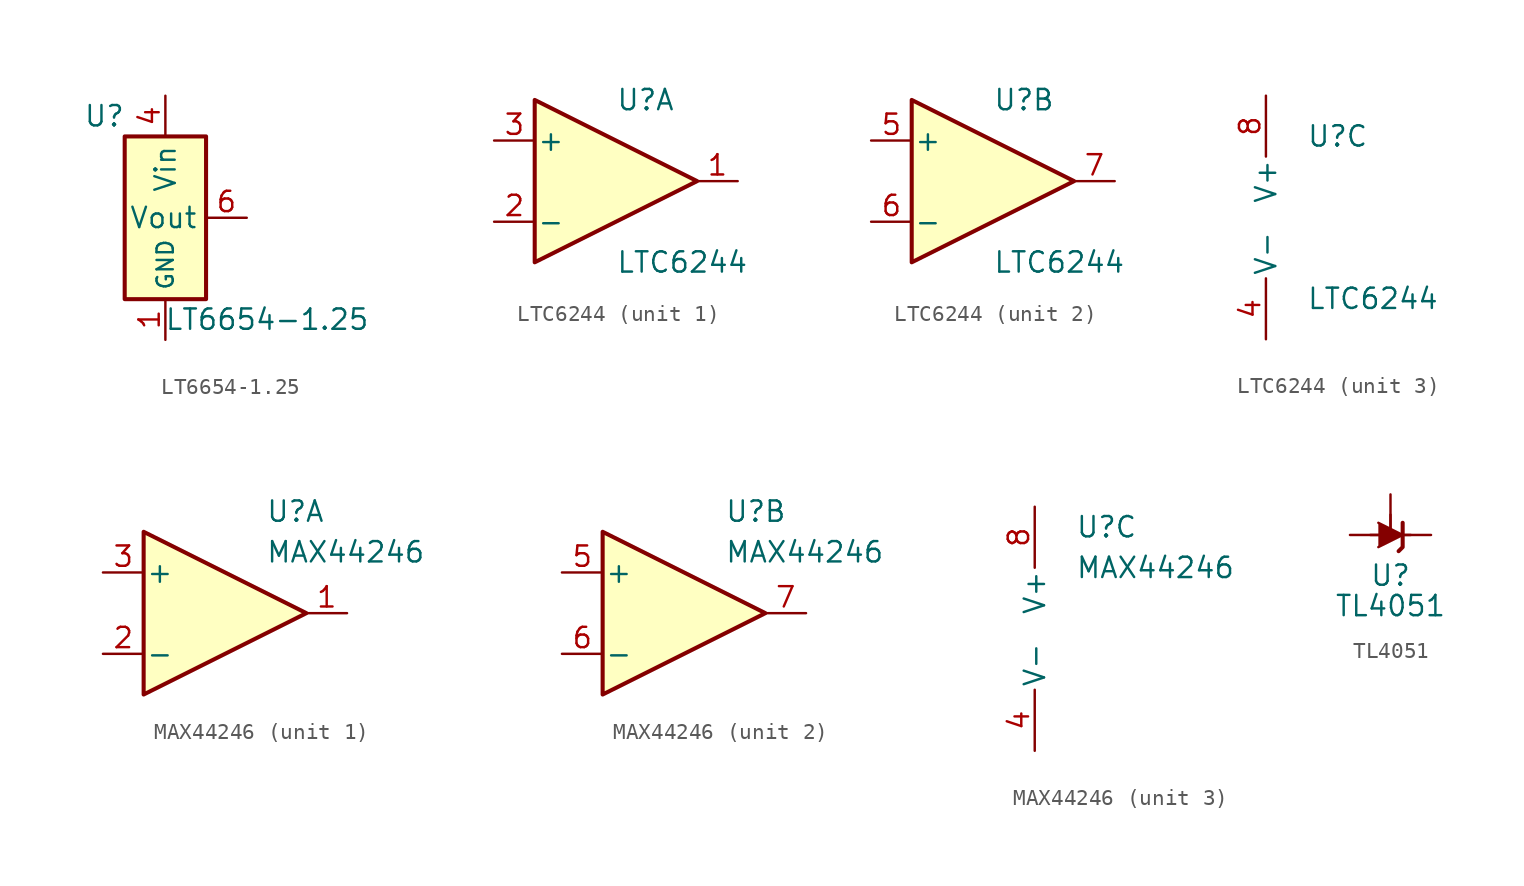
<source format=kicad_sym>
(kicad_symbol_lib
  (version 20220914)
  (generator kicad_symbol_editor)
  (symbol "LT6654-1.25"
    (property "Reference" "U"
      (at -3.81 6.35 0)
      (effects (font (size 1.27 1.27))))
    (property "Value" "LT6654-1.25"
      (at 6.35 -6.35 0)
      (effects (font (size 1.27 1.27))))
    (symbol "LT6654-1.25_0_1"
      (rectangle (start 2.54 5.08) (end -2.54 -5.08) (stroke (width 0.254) (type default)) (fill (type background))))
    (symbol "LT6654-1.25_1_1"
      (pin power_in line (at 0 -7.62 90) (length 2.54) (name "GND" (effects (font (size 1.016 1.016)))) (number "1" (effects (font (size 1.27 1.27)))))
      (pin passive line (at 0 -7.62 90) (length 2.54) hide (name "GND" (effects (font (size 1.016 1.016)))) (number "2" (effects (font (size 1.27 1.27)))))
      (pin power_in line (at 0 7.62 270) (length 2.54) (name "Vin" (effects (font (size 1.27 1.27)))) (number "4" (effects (font (size 1.27 1.27)))))
      (pin output line (at 5.08 0 180) (length 2.54) (name "Vout" (effects (font (size 1.27 1.27)))) (number "6" (effects (font (size 1.27 1.27)))))))
  (symbol "LTC6244"
    (pin_names
      (offset 0.127))
    (property "Reference" "U"
      (at 0 5.08 0)
      (effects (font (size 1.27 1.27)) (justify left)))
    (property "Value" "LTC6244"
      (at 0 -5.08 0)
      (effects (font (size 1.27 1.27)) (justify left)))
    (property "ki_locked" ""
      (at 0 0 0)
      (effects (font (size 1.27 1.27))))
    (symbol "LTC6244_1_1"
      (polyline (pts (xy -5.08 5.08) (xy 5.08 0) (xy -5.08 -5.08) (xy -5.08 5.08)) (stroke (width 0.254) (type default)) (fill (type background)))
      (pin output line (at 7.62 0 180) (length 2.54) (name "~" (effects (font (size 1.27 1.27)))) (number "1" (effects (font (size 1.27 1.27)))))
      (pin input line (at -7.62 -2.54 0) (length 2.54) (name "-" (effects (font (size 1.27 1.27)))) (number "2" (effects (font (size 1.27 1.27)))))
      (pin input line (at -7.62 2.54 0) (length 2.54) (name "+" (effects (font (size 1.27 1.27)))) (number "3" (effects (font (size 1.27 1.27))))))
    (symbol "LTC6244_2_1"
      (polyline (pts (xy -5.08 5.08) (xy 5.08 0) (xy -5.08 -5.08) (xy -5.08 5.08)) (stroke (width 0.254) (type default)) (fill (type background)))
      (pin input line (at -7.62 2.54 0) (length 2.54) (name "+" (effects (font (size 1.27 1.27)))) (number "5" (effects (font (size 1.27 1.27)))))
      (pin input line (at -7.62 -2.54 0) (length 2.54) (name "-" (effects (font (size 1.27 1.27)))) (number "6" (effects (font (size 1.27 1.27)))))
      (pin output line (at 7.62 0 180) (length 2.54) (name "~" (effects (font (size 1.27 1.27)))) (number "7" (effects (font (size 1.27 1.27))))))
    (symbol "LTC6244_3_1"
      (pin power_in line (at -2.54 -7.62 90) (length 3.81) (name "V-" (effects (font (size 1.27 1.27)))) (number "4" (effects (font (size 1.27 1.27)))))
      (pin power_in line (at -2.54 7.62 270) (length 3.81) (name "V+" (effects (font (size 1.27 1.27)))) (number "8" (effects (font (size 1.27 1.27)))))))
  (symbol "MAX44246"
    (pin_names
      (offset 0.127))
    (property "Reference" "U"
      (at 2.54 6.35 0)
      (effects (font (size 1.27 1.27)) (justify left)))
    (property "Value" "MAX44246"
      (at 2.54 3.81 0)
      (effects (font (size 1.27 1.27)) (justify left)))
    (property "ki_locked" ""
      (at 0 0 0)
      (effects (font (size 1.27 1.27))))
    (symbol "MAX44246_1_1"
      (polyline (pts (xy 5.08 0) (xy -5.08 5.08) (xy -5.08 -5.08) (xy 5.08 0)) (stroke (width 0.254) (type default)) (fill (type background)))
      (pin output line (at 7.62 0 180) (length 2.54) (name "~" (effects (font (size 1.27 1.27)))) (number "1" (effects (font (size 1.27 1.27)))))
      (pin input line (at -7.62 -2.54 0) (length 2.54) (name "-" (effects (font (size 1.27 1.27)))) (number "2" (effects (font (size 1.27 1.27)))))
      (pin input line (at -7.62 2.54 0) (length 2.54) (name "+" (effects (font (size 1.27 1.27)))) (number "3" (effects (font (size 1.27 1.27))))))
    (symbol "MAX44246_2_1"
      (polyline (pts (xy -5.08 5.08) (xy -5.08 -5.08) (xy 5.08 0) (xy -5.08 5.08)) (stroke (width 0.254) (type default)) (fill (type background)))
      (pin input line (at -7.62 2.54 0) (length 2.54) (name "+" (effects (font (size 1.27 1.27)))) (number "5" (effects (font (size 1.27 1.27)))))
      (pin input line (at -7.62 -2.54 0) (length 2.54) (name "-" (effects (font (size 1.27 1.27)))) (number "6" (effects (font (size 1.27 1.27)))))
      (pin output line (at 7.62 0 180) (length 2.54) (name "~" (effects (font (size 1.27 1.27)))) (number "7" (effects (font (size 1.27 1.27))))))
    (symbol "MAX44246_3_1"
      (pin power_in line (at 0 -7.62 90) (length 3.81) (name "V-" (effects (font (size 1.27 1.27)))) (number "4" (effects (font (size 1.27 1.27)))))
      (pin power_in line (at 0 7.62 270) (length 3.81) (name "V+" (effects (font (size 1.27 1.27)))) (number "8" (effects (font (size 1.27 1.27)))))))
  (symbol "TL4051"
    (pin_numbers hide)
    (pin_names hide)
    (property "Reference" "U"
      (at 0 -2.54 0)
      (effects (font (size 1.27 1.27))))
    (property "Value" "TL4051"
      (at 0 -4.445 0)
      (effects (font (size 1.27 1.27))))
    (symbol "TL4051_0_1"
      (polyline (pts (xy -1.27 0) (xy 0 0) (xy 1.27 0)) (stroke (width 0) (type default)) (fill (type none)))
      (polyline (pts (xy -0.762 0.762) (xy 0.762 0) (xy -0.762 -0.762)) (stroke (width 0) (type default)) (fill (type outline)))
      (polyline (pts (xy 0.508 -1.016) (xy 0.762 -0.762) (xy 0.762 0.762) (xy 0.762 0.762)) (stroke (width 0.254) (type default)) (fill (type none))))
    (symbol "TL4051_1_1"
      (polyline (pts (xy 0 1.27) (xy 0 0)) (stroke (width 0) (type default)) (fill (type none)))
      (pin passive line (at 0 2.54 270) (length 2.54) (name "REF" (effects (font (size 1.27 1.27)))) (number "1" (effects (font (size 1.27 1.27)))))
      (pin passive line (at 2.54 0 180) (length 2.54) (name "K" (effects (font (size 1.27 1.27)))) (number "2" (effects (font (size 1.27 1.27)))))
      (pin passive line (at -2.54 0 0) (length 2.54) (name "A" (effects (font (size 1.27 1.27)))) (number "3" (effects (font (size 1.27 1.27)))))
      (pin passive line (at -2.54 0 0) (length 2.54) hide (name "A" (effects (font (size 1.27 1.27)))) (number "3" (effects (font (size 1.27 1.27)))))
      (pin passive line (at -2.54 0 0) (length 2.54) hide (name "A" (effects (font (size 1.27 1.27)))) (number "6" (effects (font (size 1.27 1.27)))))
      (pin passive line (at -2.54 0 0) (length 2.54) hide (name "A" (effects (font (size 1.27 1.27)))) (number "7" (effects (font (size 1.27 1.27))))))))
</source>
